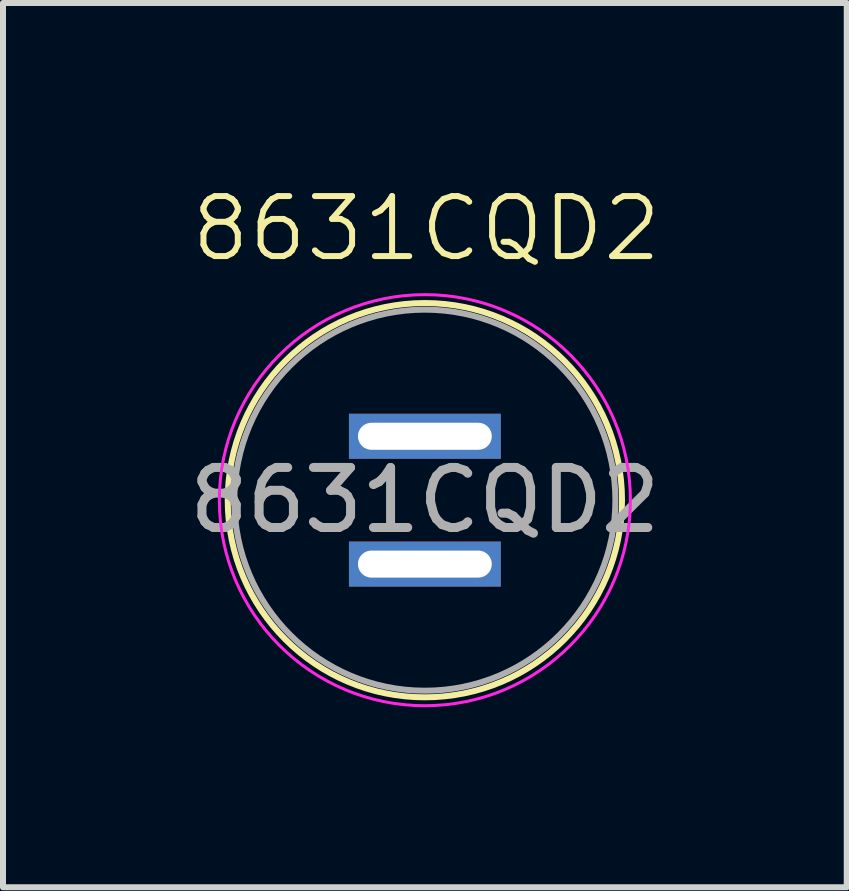
<source format=kicad_pcb>
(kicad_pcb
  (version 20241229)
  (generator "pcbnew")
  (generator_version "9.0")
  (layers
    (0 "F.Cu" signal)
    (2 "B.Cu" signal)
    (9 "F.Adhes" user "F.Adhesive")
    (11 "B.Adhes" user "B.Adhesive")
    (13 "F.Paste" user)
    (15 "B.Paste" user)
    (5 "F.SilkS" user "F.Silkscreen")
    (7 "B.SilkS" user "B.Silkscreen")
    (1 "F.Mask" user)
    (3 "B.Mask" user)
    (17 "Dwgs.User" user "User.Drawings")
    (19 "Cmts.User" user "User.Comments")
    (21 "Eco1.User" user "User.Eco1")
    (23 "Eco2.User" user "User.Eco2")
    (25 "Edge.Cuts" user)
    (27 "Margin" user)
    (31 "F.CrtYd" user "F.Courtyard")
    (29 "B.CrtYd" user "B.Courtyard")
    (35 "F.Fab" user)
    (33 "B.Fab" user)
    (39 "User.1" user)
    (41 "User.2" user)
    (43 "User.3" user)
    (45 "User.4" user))
  (footprint "8631CQD2"
    (layer "F.Cu")
    (at 4.03 5.285)
    (property "Reference" "8631CQD2" (at 0.025 -4.525 0) (unlocked yes) (layer "F.SilkS") (effects (font (size 1 1) (thickness 0.1))))
    (attr smd)
    (fp_circle (center 0 0) (end 3.285 0) (stroke (width 0.1) (type default)) (fill no) (layer "F.SilkS"))
    (fp_circle (center 0 0) (end 3.425 0) (stroke (width 0.05) (type default)) (fill no) (layer "F.CrtYd"))
    (fp_circle (center 0 0) (end 3.175 0) (stroke (width 0.1) (type default)) (fill no) (layer "F.Fab"))
    (fp_text user "${REFERENCE}" (at 0 0 0) (unlocked yes) (layer "F.Fab") (effects (font (size 1 1) (thickness 0.15))))
    (pad "1" thru_hole rect (at 0 -1.065) (size 2.53 0.75) (drill oval 2.23 0.45) (layers "*.Cu" "*.Mask"))
    (pad "2" thru_hole rect (at 0 1.065) (size 2.53 0.75) (drill oval 2.23 0.45) (layers "*.Cu" "*.Mask")))
  (gr_rect
    (start -3 -3)
    (end 11.06 11.736)
    (stroke (width 0.1) (type default))
    (fill no)
    (layer "Edge.Cuts")))
</source>
